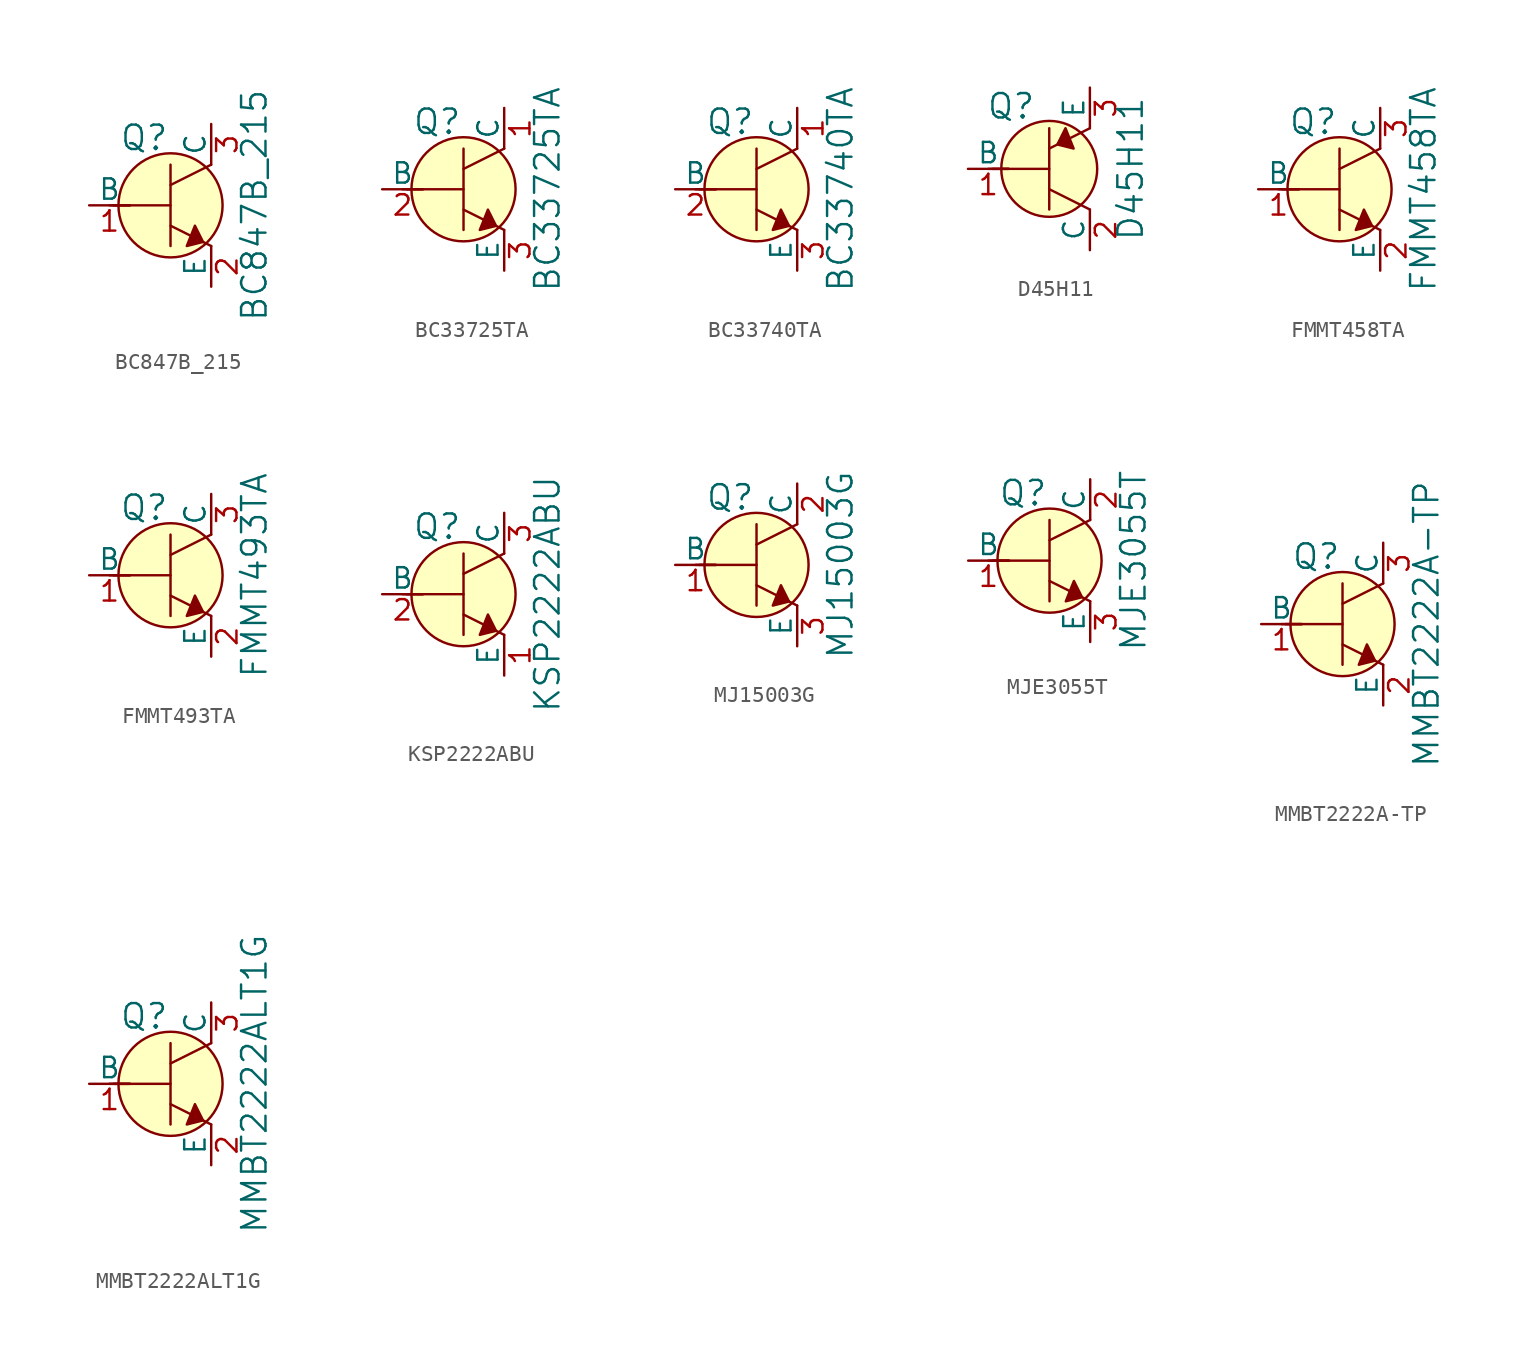
<source format=kicad_sym>
(kicad_symbol_lib
  (version 20220914)
  (generator kicad_symbol_editor)
  (symbol "BC847B_215"
    (pin_names
      (offset 0))
    (property "Reference" "Q"
      (at -3.2 4.216 0)
      (effects (font (size 1.524 1.524)) (justify left)))
    (property "Value" "BC847B_215"
      (at 5.232 0 90)
      (effects (font (size 1.524 1.524))))
    (symbol "BC847B_215_0_1"
      (polyline (pts (xy -3.81 0) (xy -2.54 0)) (stroke (width 0) (type default)) (fill (type none)))
      (polyline (pts (xy -3.556 0) (xy 0 0)) (stroke (width 0) (type default)) (fill (type none)))
      (polyline (pts (xy 0 -1.27) (xy 2.54 -2.54)) (stroke (width 0) (type default)) (fill (type none)))
      (polyline (pts (xy 0 1.27) (xy 2.54 2.54)) (stroke (width 0) (type default)) (fill (type none)))
      (polyline (pts (xy 0 2.54) (xy 0 -2.54)) (stroke (width 0) (type default)) (fill (type none)))
      (polyline (pts (xy 1.524 -1.27) (xy 2.032 -2.286) (xy 1.016 -2.54) (xy 1.524 -1.27)) (stroke (width 0) (type default)) (fill (type outline)))
      (circle (center 0 0) (radius 3.251) (stroke (width 0) (type default)) (fill (type background))))
    (symbol "BC847B_215_1_1"
      (pin input line (at -5.08 0 0) (length 2.54) (name "B" (effects (font (size 1.27 1.27)))) (number "1" (effects (font (size 1.27 1.27)))))
      (pin passive line (at 2.54 -5.08 90) (length 2.54) (name "E" (effects (font (size 1.27 1.27)))) (number "2" (effects (font (size 1.27 1.27)))))
      (pin passive line (at 2.54 5.08 270) (length 2.54) (name "C" (effects (font (size 1.27 1.27)))) (number "3" (effects (font (size 1.27 1.27)))))))
  (symbol "BC33725TA"
    (pin_names
      (offset 0))
    (property "Reference" "Q"
      (at -3.2 4.216 0)
      (effects (font (size 1.524 1.524)) (justify left)))
    (property "Value" "BC33725TA"
      (at 5.232 0 90)
      (effects (font (size 1.524 1.524))))
    (symbol "BC33725TA_0_1"
      (polyline (pts (xy -3.81 0) (xy -2.54 0)) (stroke (width 0) (type default)) (fill (type none)))
      (polyline (pts (xy -3.556 0) (xy 0 0)) (stroke (width 0) (type default)) (fill (type none)))
      (polyline (pts (xy 0 -1.27) (xy 2.54 -2.54)) (stroke (width 0) (type default)) (fill (type none)))
      (polyline (pts (xy 0 1.27) (xy 2.54 2.54)) (stroke (width 0) (type default)) (fill (type none)))
      (polyline (pts (xy 0 2.54) (xy 0 -2.54)) (stroke (width 0) (type default)) (fill (type none)))
      (polyline (pts (xy 1.524 -1.27) (xy 2.032 -2.286) (xy 1.016 -2.54) (xy 1.524 -1.27)) (stroke (width 0) (type default)) (fill (type outline)))
      (circle (center 0 0) (radius 3.251) (stroke (width 0) (type default)) (fill (type background))))
    (symbol "BC33725TA_1_1"
      (pin passive line (at 2.54 5.08 270) (length 2.54) (name "C" (effects (font (size 1.27 1.27)))) (number "1" (effects (font (size 1.27 1.27)))))
      (pin input line (at -5.08 0 0) (length 2.54) (name "B" (effects (font (size 1.27 1.27)))) (number "2" (effects (font (size 1.27 1.27)))))
      (pin passive line (at 2.54 -5.08 90) (length 2.54) (name "E" (effects (font (size 1.27 1.27)))) (number "3" (effects (font (size 1.27 1.27)))))))
  (symbol "BC33740TA"
    (pin_names
      (offset 0))
    (property "Reference" "Q"
      (at -3.2 4.216 0)
      (effects (font (size 1.524 1.524)) (justify left)))
    (property "Value" "BC33740TA"
      (at 5.232 0 90)
      (effects (font (size 1.524 1.524))))
    (symbol "BC33740TA_0_1"
      (polyline (pts (xy -3.81 0) (xy -2.54 0)) (stroke (width 0) (type default)) (fill (type none)))
      (polyline (pts (xy -3.556 0) (xy 0 0)) (stroke (width 0) (type default)) (fill (type none)))
      (polyline (pts (xy 0 -1.27) (xy 2.54 -2.54)) (stroke (width 0) (type default)) (fill (type none)))
      (polyline (pts (xy 0 1.27) (xy 2.54 2.54)) (stroke (width 0) (type default)) (fill (type none)))
      (polyline (pts (xy 0 2.54) (xy 0 -2.54)) (stroke (width 0) (type default)) (fill (type none)))
      (polyline (pts (xy 1.524 -1.27) (xy 2.032 -2.286) (xy 1.016 -2.54) (xy 1.524 -1.27)) (stroke (width 0) (type default)) (fill (type outline)))
      (circle (center 0 0) (radius 3.251) (stroke (width 0) (type default)) (fill (type background))))
    (symbol "BC33740TA_1_1"
      (pin passive line (at 2.54 5.08 270) (length 2.54) (name "C" (effects (font (size 1.27 1.27)))) (number "1" (effects (font (size 1.27 1.27)))))
      (pin input line (at -5.08 0 0) (length 2.54) (name "B" (effects (font (size 1.27 1.27)))) (number "2" (effects (font (size 1.27 1.27)))))
      (pin passive line (at 2.54 -5.08 90) (length 2.54) (name "E" (effects (font (size 1.27 1.27)))) (number "3" (effects (font (size 1.27 1.27)))))))
  (symbol "D45H11"
    (pin_names
      (offset 0))
    (property "Reference" "Q"
      (at -2.388 3.912 0)
      (effects (font (size 1.524 1.524))))
    (property "Value" "D45H11"
      (at 5.08 0 90)
      (effects (font (size 1.524 1.524))))
    (symbol "D45H11_0_1"
      (polyline (pts (xy -3.81 0) (xy -2.54 0)) (stroke (width 0) (type default)) (fill (type none)))
      (polyline (pts (xy -3.556 0) (xy 0 0)) (stroke (width 0) (type default)) (fill (type none)))
      (polyline (pts (xy 0 -1.27) (xy 2.54 -2.54)) (stroke (width 0) (type default)) (fill (type none)))
      (polyline (pts (xy 0 1.27) (xy 2.54 2.54)) (stroke (width 0) (type default)) (fill (type none)))
      (polyline (pts (xy 0 2.54) (xy 0 -2.54)) (stroke (width 0) (type default)) (fill (type none)))
      (polyline (pts (xy 1.016 2.54) (xy 0.508 1.524) (xy 1.524 1.27) (xy 1.016 2.54)) (stroke (width 0) (type default)) (fill (type outline)))
      (circle (center 0 0) (radius 2.997) (stroke (width 0) (type default)) (fill (type background))))
    (symbol "D45H11_1_1"
      (pin input line (at -5.08 0 0) (length 2.54) (name "B" (effects (font (size 1.27 1.27)))) (number "1" (effects (font (size 1.27 1.27)))))
      (pin passive line (at 2.54 -5.08 90) (length 2.54) (name "C" (effects (font (size 1.27 1.27)))) (number "2" (effects (font (size 1.27 1.27)))))
      (pin passive line (at 2.54 5.08 270) (length 2.54) (name "E" (effects (font (size 1.27 1.27)))) (number "3" (effects (font (size 1.27 1.27)))))))
  (symbol "FMMT458TA"
    (pin_names
      (offset 0))
    (property "Reference" "Q"
      (at -3.2 4.216 0)
      (effects (font (size 1.524 1.524)) (justify left)))
    (property "Value" "FMMT458TA"
      (at 5.232 0 90)
      (effects (font (size 1.524 1.524))))
    (symbol "FMMT458TA_0_1"
      (polyline (pts (xy -3.81 0) (xy -2.54 0)) (stroke (width 0) (type default)) (fill (type none)))
      (polyline (pts (xy -3.556 0) (xy 0 0)) (stroke (width 0) (type default)) (fill (type none)))
      (polyline (pts (xy 0 -1.27) (xy 2.54 -2.54)) (stroke (width 0) (type default)) (fill (type none)))
      (polyline (pts (xy 0 1.27) (xy 2.54 2.54)) (stroke (width 0) (type default)) (fill (type none)))
      (polyline (pts (xy 0 2.54) (xy 0 -2.54)) (stroke (width 0) (type default)) (fill (type none)))
      (polyline (pts (xy 1.524 -1.27) (xy 2.032 -2.286) (xy 1.016 -2.54) (xy 1.524 -1.27)) (stroke (width 0) (type default)) (fill (type outline)))
      (circle (center 0 0) (radius 3.251) (stroke (width 0) (type default)) (fill (type background))))
    (symbol "FMMT458TA_1_1"
      (pin input line (at -5.08 0 0) (length 2.54) (name "B" (effects (font (size 1.27 1.27)))) (number "1" (effects (font (size 1.27 1.27)))))
      (pin passive line (at 2.54 -5.08 90) (length 2.54) (name "E" (effects (font (size 1.27 1.27)))) (number "2" (effects (font (size 1.27 1.27)))))
      (pin passive line (at 2.54 5.08 270) (length 2.54) (name "C" (effects (font (size 1.27 1.27)))) (number "3" (effects (font (size 1.27 1.27)))))))
  (symbol "FMMT493TA"
    (pin_names
      (offset 0))
    (property "Reference" "Q"
      (at -3.2 4.216 0)
      (effects (font (size 1.524 1.524)) (justify left)))
    (property "Value" "FMMT493TA"
      (at 5.232 0 90)
      (effects (font (size 1.524 1.524))))
    (symbol "FMMT493TA_0_1"
      (polyline (pts (xy -3.81 0) (xy -2.54 0)) (stroke (width 0) (type default)) (fill (type none)))
      (polyline (pts (xy -3.556 0) (xy 0 0)) (stroke (width 0) (type default)) (fill (type none)))
      (polyline (pts (xy 0 -1.27) (xy 2.54 -2.54)) (stroke (width 0) (type default)) (fill (type none)))
      (polyline (pts (xy 0 1.27) (xy 2.54 2.54)) (stroke (width 0) (type default)) (fill (type none)))
      (polyline (pts (xy 0 2.54) (xy 0 -2.54)) (stroke (width 0) (type default)) (fill (type none)))
      (polyline (pts (xy 1.524 -1.27) (xy 2.032 -2.286) (xy 1.016 -2.54) (xy 1.524 -1.27)) (stroke (width 0) (type default)) (fill (type outline)))
      (circle (center 0 0) (radius 3.251) (stroke (width 0) (type default)) (fill (type background))))
    (symbol "FMMT493TA_1_1"
      (pin input line (at -5.08 0 0) (length 2.54) (name "B" (effects (font (size 1.27 1.27)))) (number "1" (effects (font (size 1.27 1.27)))))
      (pin passive line (at 2.54 -5.08 90) (length 2.54) (name "E" (effects (font (size 1.27 1.27)))) (number "2" (effects (font (size 1.27 1.27)))))
      (pin passive line (at 2.54 5.08 270) (length 2.54) (name "C" (effects (font (size 1.27 1.27)))) (number "3" (effects (font (size 1.27 1.27)))))))
  (symbol "KSP2222ABU"
    (pin_names
      (offset 0))
    (property "Reference" "Q"
      (at -3.2 4.216 0)
      (effects (font (size 1.524 1.524)) (justify left)))
    (property "Value" "KSP2222ABU"
      (at 5.232 0 90)
      (effects (font (size 1.524 1.524))))
    (symbol "KSP2222ABU_0_1"
      (polyline (pts (xy -3.81 0) (xy -2.54 0)) (stroke (width 0) (type default)) (fill (type none)))
      (polyline (pts (xy -3.556 0) (xy 0 0)) (stroke (width 0) (type default)) (fill (type none)))
      (polyline (pts (xy 0 -1.27) (xy 2.54 -2.54)) (stroke (width 0) (type default)) (fill (type none)))
      (polyline (pts (xy 0 1.27) (xy 2.54 2.54)) (stroke (width 0) (type default)) (fill (type none)))
      (polyline (pts (xy 0 2.54) (xy 0 -2.54)) (stroke (width 0) (type default)) (fill (type none)))
      (polyline (pts (xy 1.524 -1.27) (xy 2.032 -2.286) (xy 1.016 -2.54) (xy 1.524 -1.27)) (stroke (width 0) (type default)) (fill (type outline)))
      (circle (center 0 0) (radius 3.251) (stroke (width 0) (type default)) (fill (type background))))
    (symbol "KSP2222ABU_1_1"
      (pin passive line (at 2.54 -5.08 90) (length 2.54) (name "E" (effects (font (size 1.27 1.27)))) (number "1" (effects (font (size 1.27 1.27)))))
      (pin input line (at -5.08 0 0) (length 2.54) (name "B" (effects (font (size 1.27 1.27)))) (number "2" (effects (font (size 1.27 1.27)))))
      (pin passive line (at 2.54 5.08 270) (length 2.54) (name "C" (effects (font (size 1.27 1.27)))) (number "3" (effects (font (size 1.27 1.27)))))))
  (symbol "MJ15003G"
    (pin_names
      (offset 0))
    (property "Reference" "Q"
      (at -3.2 4.216 0)
      (effects (font (size 1.524 1.524)) (justify left)))
    (property "Value" "MJ15003G"
      (at 5.232 0 90)
      (effects (font (size 1.524 1.524))))
    (symbol "MJ15003G_0_1"
      (polyline (pts (xy -3.81 0) (xy -2.54 0)) (stroke (width 0) (type default)) (fill (type none)))
      (polyline (pts (xy -3.556 0) (xy 0 0)) (stroke (width 0) (type default)) (fill (type none)))
      (polyline (pts (xy 0 -1.27) (xy 2.54 -2.54)) (stroke (width 0) (type default)) (fill (type none)))
      (polyline (pts (xy 0 1.27) (xy 2.54 2.54)) (stroke (width 0) (type default)) (fill (type none)))
      (polyline (pts (xy 0 2.54) (xy 0 -2.54)) (stroke (width 0) (type default)) (fill (type none)))
      (polyline (pts (xy 1.524 -1.27) (xy 2.032 -2.286) (xy 1.016 -2.54) (xy 1.524 -1.27)) (stroke (width 0) (type default)) (fill (type outline)))
      (circle (center 0 0) (radius 3.251) (stroke (width 0) (type default)) (fill (type background))))
    (symbol "MJ15003G_1_1"
      (pin input line (at -5.08 0 0) (length 2.54) (name "B" (effects (font (size 1.27 1.27)))) (number "1" (effects (font (size 1.27 1.27)))))
      (pin passive line (at 2.54 5.08 270) (length 2.54) (name "C" (effects (font (size 1.27 1.27)))) (number "2" (effects (font (size 1.27 1.27)))))
      (pin passive line (at 2.54 -5.08 90) (length 2.54) (name "E" (effects (font (size 1.27 1.27)))) (number "3" (effects (font (size 1.27 1.27)))))))
  (symbol "MJE3055T"
    (pin_names
      (offset 0))
    (property "Reference" "Q"
      (at -3.2 4.216 0)
      (effects (font (size 1.524 1.524)) (justify left)))
    (property "Value" "MJE3055T"
      (at 5.232 0 90)
      (effects (font (size 1.524 1.524))))
    (symbol "MJE3055T_0_1"
      (polyline (pts (xy -3.81 0) (xy -2.54 0)) (stroke (width 0) (type default)) (fill (type none)))
      (polyline (pts (xy -3.556 0) (xy 0 0)) (stroke (width 0) (type default)) (fill (type none)))
      (polyline (pts (xy 0 -1.27) (xy 2.54 -2.54)) (stroke (width 0) (type default)) (fill (type none)))
      (polyline (pts (xy 0 1.27) (xy 2.54 2.54)) (stroke (width 0) (type default)) (fill (type none)))
      (polyline (pts (xy 0 2.54) (xy 0 -2.54)) (stroke (width 0) (type default)) (fill (type none)))
      (polyline (pts (xy 1.524 -1.27) (xy 2.032 -2.286) (xy 1.016 -2.54) (xy 1.524 -1.27)) (stroke (width 0) (type default)) (fill (type outline)))
      (circle (center 0 0) (radius 3.251) (stroke (width 0) (type default)) (fill (type background))))
    (symbol "MJE3055T_1_1"
      (pin input line (at -5.08 0 0) (length 2.54) (name "B" (effects (font (size 1.27 1.27)))) (number "1" (effects (font (size 1.27 1.27)))))
      (pin passive line (at 2.54 5.08 270) (length 2.54) (name "C" (effects (font (size 1.27 1.27)))) (number "2" (effects (font (size 1.27 1.27)))))
      (pin passive line (at 2.54 -5.08 90) (length 2.54) (name "E" (effects (font (size 1.27 1.27)))) (number "3" (effects (font (size 1.27 1.27)))))))
  (symbol "MMBT2222A-TP"
    (pin_names
      (offset 0))
    (property "Reference" "Q"
      (at -3.2 4.216 0)
      (effects (font (size 1.524 1.524)) (justify left)))
    (property "Value" "MMBT2222A-TP"
      (at 5.232 0 90)
      (effects (font (size 1.524 1.524))))
    (symbol "MMBT2222A-TP_0_1"
      (polyline (pts (xy -3.81 0) (xy -2.54 0)) (stroke (width 0) (type default)) (fill (type none)))
      (polyline (pts (xy -3.556 0) (xy 0 0)) (stroke (width 0) (type default)) (fill (type none)))
      (polyline (pts (xy 0 -1.27) (xy 2.54 -2.54)) (stroke (width 0) (type default)) (fill (type none)))
      (polyline (pts (xy 0 1.27) (xy 2.54 2.54)) (stroke (width 0) (type default)) (fill (type none)))
      (polyline (pts (xy 0 2.54) (xy 0 -2.54)) (stroke (width 0) (type default)) (fill (type none)))
      (polyline (pts (xy 1.524 -1.27) (xy 2.032 -2.286) (xy 1.016 -2.54) (xy 1.524 -1.27)) (stroke (width 0) (type default)) (fill (type outline)))
      (circle (center 0 0) (radius 3.251) (stroke (width 0) (type default)) (fill (type background))))
    (symbol "MMBT2222A-TP_1_1"
      (pin input line (at -5.08 0 0) (length 2.54) (name "B" (effects (font (size 1.27 1.27)))) (number "1" (effects (font (size 1.27 1.27)))))
      (pin passive line (at 2.54 -5.08 90) (length 2.54) (name "E" (effects (font (size 1.27 1.27)))) (number "2" (effects (font (size 1.27 1.27)))))
      (pin passive line (at 2.54 5.08 270) (length 2.54) (name "C" (effects (font (size 1.27 1.27)))) (number "3" (effects (font (size 1.27 1.27)))))))
  (symbol "MMBT2222ALT1G"
    (pin_names
      (offset 0))
    (property "Reference" "Q"
      (at -3.2 4.216 0)
      (effects (font (size 1.524 1.524)) (justify left)))
    (property "Value" "MMBT2222ALT1G"
      (at 5.232 0 90)
      (effects (font (size 1.524 1.524))))
    (symbol "MMBT2222ALT1G_0_1"
      (polyline (pts (xy -3.81 0) (xy -2.54 0)) (stroke (width 0) (type default)) (fill (type none)))
      (polyline (pts (xy -3.556 0) (xy 0 0)) (stroke (width 0) (type default)) (fill (type none)))
      (polyline (pts (xy 0 -1.27) (xy 2.54 -2.54)) (stroke (width 0) (type default)) (fill (type none)))
      (polyline (pts (xy 0 1.27) (xy 2.54 2.54)) (stroke (width 0) (type default)) (fill (type none)))
      (polyline (pts (xy 0 2.54) (xy 0 -2.54)) (stroke (width 0) (type default)) (fill (type none)))
      (polyline (pts (xy 1.524 -1.27) (xy 2.032 -2.286) (xy 1.016 -2.54) (xy 1.524 -1.27)) (stroke (width 0) (type default)) (fill (type outline)))
      (circle (center 0 0) (radius 3.251) (stroke (width 0) (type default)) (fill (type background))))
    (symbol "MMBT2222ALT1G_1_1"
      (pin input line (at -5.08 0 0) (length 2.54) (name "B" (effects (font (size 1.27 1.27)))) (number "1" (effects (font (size 1.27 1.27)))))
      (pin passive line (at 2.54 -5.08 90) (length 2.54) (name "E" (effects (font (size 1.27 1.27)))) (number "2" (effects (font (size 1.27 1.27)))))
      (pin passive line (at 2.54 5.08 270) (length 2.54) (name "C" (effects (font (size 1.27 1.27)))) (number "3" (effects (font (size 1.27 1.27))))))))
</source>
